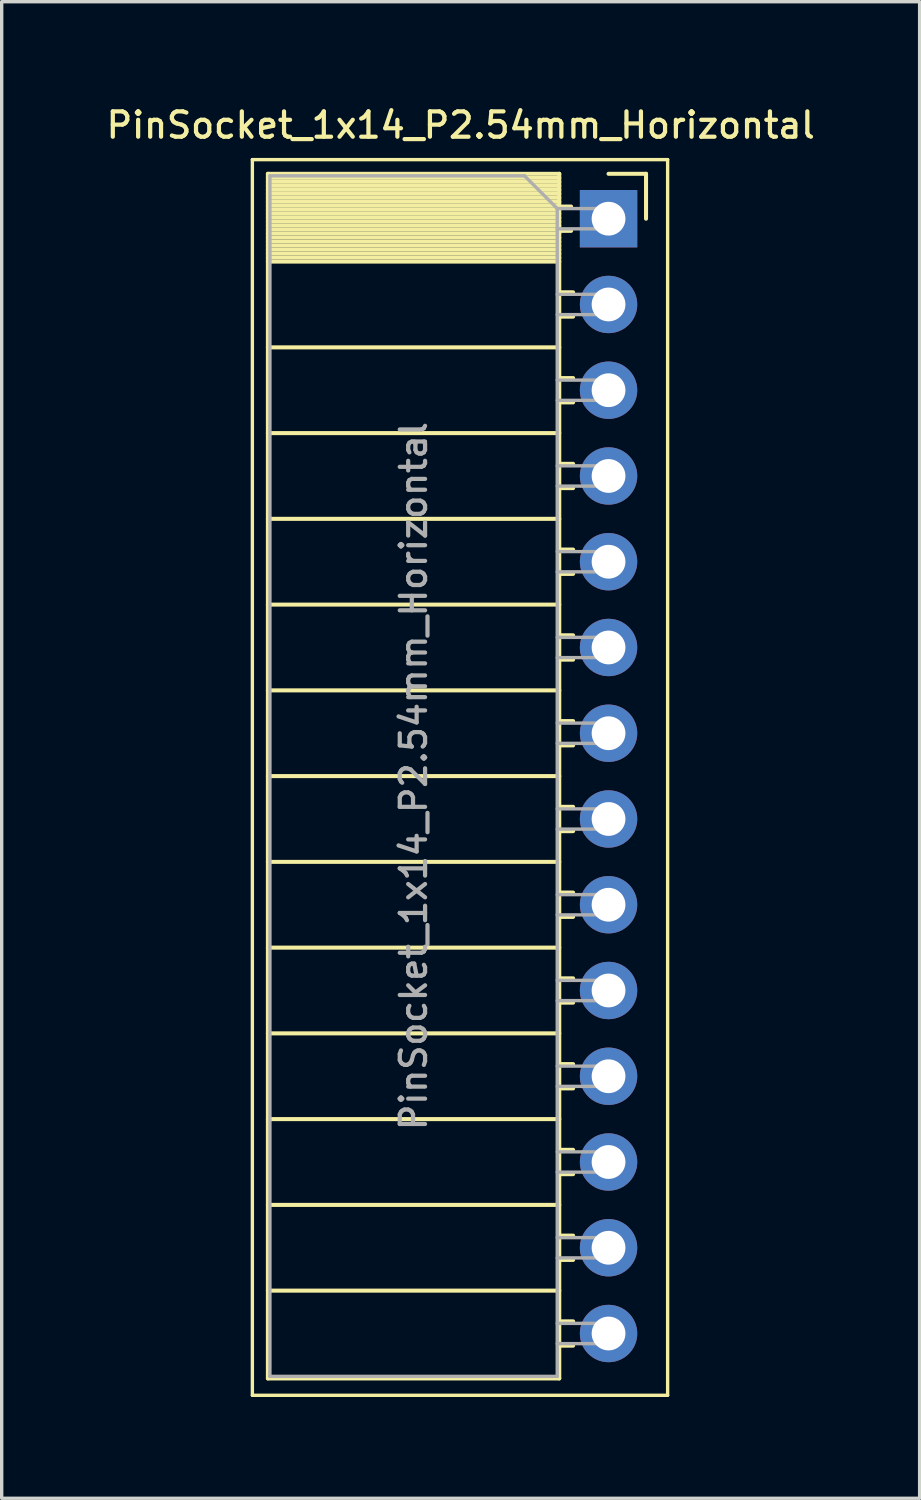
<source format=kicad_pcb>
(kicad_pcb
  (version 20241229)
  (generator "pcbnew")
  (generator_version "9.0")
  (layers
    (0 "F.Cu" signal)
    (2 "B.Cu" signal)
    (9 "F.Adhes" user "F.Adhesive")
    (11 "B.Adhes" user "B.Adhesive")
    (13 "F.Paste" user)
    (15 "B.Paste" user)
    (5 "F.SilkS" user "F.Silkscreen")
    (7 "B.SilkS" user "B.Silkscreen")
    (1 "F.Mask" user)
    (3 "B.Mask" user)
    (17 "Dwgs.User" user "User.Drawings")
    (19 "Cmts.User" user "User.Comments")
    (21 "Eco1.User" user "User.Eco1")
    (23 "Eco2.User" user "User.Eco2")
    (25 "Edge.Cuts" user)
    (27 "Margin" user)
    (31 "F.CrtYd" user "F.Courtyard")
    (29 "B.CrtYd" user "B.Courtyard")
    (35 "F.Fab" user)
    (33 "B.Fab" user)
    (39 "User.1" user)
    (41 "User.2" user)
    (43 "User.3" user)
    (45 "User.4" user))
  (footprint "PinSocket_1x14_P2.54mm_Horizontal"
    (layer "F.Cu")
    (at 14.975 3.428)
    (property "Reference" "PinSocket_1x14_P2.54mm_Horizontal" (at -4.38 -2.77 0) (layer "F.SilkS") (effects (font (size 0.75 0.75) (thickness 0.125))))
    (attr through_hole)
    (fp_line (start -10.55 -1.75) (end -10.55 34.85) (stroke (width 0.1) (type solid)) (layer "F.SilkS"))
    (fp_line (start -10.55 34.85) (end 1.75 34.85) (stroke (width 0.1) (type solid)) (layer "F.SilkS"))
    (fp_line (start -10.09 -1.33) (end -10.09 34.35) (stroke (width 0.12) (type solid)) (layer "F.SilkS"))
    (fp_line (start -10.09 -1.33) (end -1.46 -1.33) (stroke (width 0.12) (type solid)) (layer "F.SilkS"))
    (fp_line (start -10.09 -1.21) (end -1.46 -1.21) (stroke (width 0.12) (type solid)) (layer "F.SilkS"))
    (fp_line (start -10.09 -1.092) (end -1.46 -1.092) (stroke (width 0.12) (type solid)) (layer "F.SilkS"))
    (fp_line (start -10.09 -0.974) (end -1.46 -0.974) (stroke (width 0.12) (type solid)) (layer "F.SilkS"))
    (fp_line (start -10.09 -0.856) (end -1.46 -0.856) (stroke (width 0.12) (type solid)) (layer "F.SilkS"))
    (fp_line (start -10.09 -0.738) (end -1.46 -0.738) (stroke (width 0.12) (type solid)) (layer "F.SilkS"))
    (fp_line (start -10.09 -0.62) (end -1.46 -0.62) (stroke (width 0.12) (type solid)) (layer "F.SilkS"))
    (fp_line (start -10.09 -0.501) (end -1.46 -0.501) (stroke (width 0.12) (type solid)) (layer "F.SilkS"))
    (fp_line (start -10.09 -0.383) (end -1.46 -0.383) (stroke (width 0.12) (type solid)) (layer "F.SilkS"))
    (fp_line (start -10.09 -0.265) (end -1.46 -0.265) (stroke (width 0.12) (type solid)) (layer "F.SilkS"))
    (fp_line (start -10.09 -0.147) (end -1.46 -0.147) (stroke (width 0.12) (type solid)) (layer "F.SilkS"))
    (fp_line (start -10.09 -0.029) (end -1.46 -0.029) (stroke (width 0.12) (type solid)) (layer "F.SilkS"))
    (fp_line (start -10.09 0.089) (end -1.46 0.089) (stroke (width 0.12) (type solid)) (layer "F.SilkS"))
    (fp_line (start -10.09 0.207) (end -1.46 0.207) (stroke (width 0.12) (type solid)) (layer "F.SilkS"))
    (fp_line (start -10.09 0.325) (end -1.46 0.325) (stroke (width 0.12) (type solid)) (layer "F.SilkS"))
    (fp_line (start -10.09 0.443) (end -1.46 0.443) (stroke (width 0.12) (type solid)) (layer "F.SilkS"))
    (fp_line (start -10.09 0.561) (end -1.46 0.561) (stroke (width 0.12) (type solid)) (layer "F.SilkS"))
    (fp_line (start -10.09 0.68) (end -1.46 0.68) (stroke (width 0.12) (type solid)) (layer "F.SilkS"))
    (fp_line (start -10.09 0.798) (end -1.46 0.798) (stroke (width 0.12) (type solid)) (layer "F.SilkS"))
    (fp_line (start -10.09 0.916) (end -1.46 0.916) (stroke (width 0.12) (type solid)) (layer "F.SilkS"))
    (fp_line (start -10.09 1.034) (end -1.46 1.034) (stroke (width 0.12) (type solid)) (layer "F.SilkS"))
    (fp_line (start -10.09 1.152) (end -1.46 1.152) (stroke (width 0.12) (type solid)) (layer "F.SilkS"))
    (fp_line (start -10.09 1.27) (end -1.46 1.27) (stroke (width 0.12) (type solid)) (layer "F.SilkS"))
    (fp_line (start -10.09 3.81) (end -1.46 3.81) (stroke (width 0.12) (type solid)) (layer "F.SilkS"))
    (fp_line (start -10.09 6.35) (end -1.46 6.35) (stroke (width 0.12) (type solid)) (layer "F.SilkS"))
    (fp_line (start -10.09 8.89) (end -1.46 8.89) (stroke (width 0.12) (type solid)) (layer "F.SilkS"))
    (fp_line (start -10.09 11.43) (end -1.46 11.43) (stroke (width 0.12) (type solid)) (layer "F.SilkS"))
    (fp_line (start -10.09 13.97) (end -1.46 13.97) (stroke (width 0.12) (type solid)) (layer "F.SilkS"))
    (fp_line (start -10.09 16.51) (end -1.46 16.51) (stroke (width 0.12) (type solid)) (layer "F.SilkS"))
    (fp_line (start -10.09 19.05) (end -1.46 19.05) (stroke (width 0.12) (type solid)) (layer "F.SilkS"))
    (fp_line (start -10.09 21.59) (end -1.46 21.59) (stroke (width 0.12) (type solid)) (layer "F.SilkS"))
    (fp_line (start -10.09 24.13) (end -1.46 24.13) (stroke (width 0.12) (type solid)) (layer "F.SilkS"))
    (fp_line (start -10.09 26.67) (end -1.46 26.67) (stroke (width 0.12) (type solid)) (layer "F.SilkS"))
    (fp_line (start -10.09 29.21) (end -1.46 29.21) (stroke (width 0.12) (type solid)) (layer "F.SilkS"))
    (fp_line (start -10.09 31.75) (end -1.46 31.75) (stroke (width 0.12) (type solid)) (layer "F.SilkS"))
    (fp_line (start -10.09 34.35) (end -1.46 34.35) (stroke (width 0.12) (type solid)) (layer "F.SilkS"))
    (fp_line (start -1.46 -1.33) (end -1.46 34.35) (stroke (width 0.12) (type solid)) (layer "F.SilkS"))
    (fp_line (start -1.46 -0.36) (end -1.11 -0.36) (stroke (width 0.12) (type solid)) (layer "F.SilkS"))
    (fp_line (start -1.46 0.36) (end -1.11 0.36) (stroke (width 0.12) (type solid)) (layer "F.SilkS"))
    (fp_line (start -1.46 2.18) (end -1.05 2.18) (stroke (width 0.12) (type solid)) (layer "F.SilkS"))
    (fp_line (start -1.46 2.9) (end -1.05 2.9) (stroke (width 0.12) (type solid)) (layer "F.SilkS"))
    (fp_line (start -1.46 4.72) (end -1.05 4.72) (stroke (width 0.12) (type solid)) (layer "F.SilkS"))
    (fp_line (start -1.46 5.44) (end -1.05 5.44) (stroke (width 0.12) (type solid)) (layer "F.SilkS"))
    (fp_line (start -1.46 7.26) (end -1.05 7.26) (stroke (width 0.12) (type solid)) (layer "F.SilkS"))
    (fp_line (start -1.46 7.98) (end -1.05 7.98) (stroke (width 0.12) (type solid)) (layer "F.SilkS"))
    (fp_line (start -1.46 9.8) (end -1.05 9.8) (stroke (width 0.12) (type solid)) (layer "F.SilkS"))
    (fp_line (start -1.46 10.52) (end -1.05 10.52) (stroke (width 0.12) (type solid)) (layer "F.SilkS"))
    (fp_line (start -1.46 12.34) (end -1.05 12.34) (stroke (width 0.12) (type solid)) (layer "F.SilkS"))
    (fp_line (start -1.46 13.06) (end -1.05 13.06) (stroke (width 0.12) (type solid)) (layer "F.SilkS"))
    (fp_line (start -1.46 14.88) (end -1.05 14.88) (stroke (width 0.12) (type solid)) (layer "F.SilkS"))
    (fp_line (start -1.46 15.6) (end -1.05 15.6) (stroke (width 0.12) (type solid)) (layer "F.SilkS"))
    (fp_line (start -1.46 17.42) (end -1.05 17.42) (stroke (width 0.12) (type solid)) (layer "F.SilkS"))
    (fp_line (start -1.46 18.14) (end -1.05 18.14) (stroke (width 0.12) (type solid)) (layer "F.SilkS"))
    (fp_line (start -1.46 19.96) (end -1.05 19.96) (stroke (width 0.12) (type solid)) (layer "F.SilkS"))
    (fp_line (start -1.46 20.68) (end -1.05 20.68) (stroke (width 0.12) (type solid)) (layer "F.SilkS"))
    (fp_line (start -1.46 22.5) (end -1.05 22.5) (stroke (width 0.12) (type solid)) (layer "F.SilkS"))
    (fp_line (start -1.46 23.22) (end -1.05 23.22) (stroke (width 0.12) (type solid)) (layer "F.SilkS"))
    (fp_line (start -1.46 25.04) (end -1.05 25.04) (stroke (width 0.12) (type solid)) (layer "F.SilkS"))
    (fp_line (start -1.46 25.76) (end -1.05 25.76) (stroke (width 0.12) (type solid)) (layer "F.SilkS"))
    (fp_line (start -1.46 27.58) (end -1.05 27.58) (stroke (width 0.12) (type solid)) (layer "F.SilkS"))
    (fp_line (start -1.46 28.3) (end -1.05 28.3) (stroke (width 0.12) (type solid)) (layer "F.SilkS"))
    (fp_line (start -1.46 30.12) (end -1.05 30.12) (stroke (width 0.12) (type solid)) (layer "F.SilkS"))
    (fp_line (start -1.46 30.84) (end -1.05 30.84) (stroke (width 0.12) (type solid)) (layer "F.SilkS"))
    (fp_line (start -1.46 32.66) (end -1.05 32.66) (stroke (width 0.12) (type solid)) (layer "F.SilkS"))
    (fp_line (start -1.46 33.38) (end -1.05 33.38) (stroke (width 0.12) (type solid)) (layer "F.SilkS"))
    (fp_line (start 0 -1.33) (end 1.11 -1.33) (stroke (width 0.12) (type solid)) (layer "F.SilkS"))
    (fp_line (start 1.11 -1.33) (end 1.11 0) (stroke (width 0.12) (type solid)) (layer "F.SilkS"))
    (fp_line (start 1.75 -1.75) (end -10.55 -1.75) (stroke (width 0.1) (type solid)) (layer "F.SilkS"))
    (fp_line (start 1.75 34.85) (end 1.75 -1.75) (stroke (width 0.1) (type solid)) (layer "F.SilkS"))
    (fp_line (start -10.03 -1.27) (end -2.49 -1.27) (stroke (width 0.1) (type solid)) (layer "F.Fab"))
    (fp_line (start -10.03 34.29) (end -10.03 -1.27) (stroke (width 0.1) (type solid)) (layer "F.Fab"))
    (fp_line (start -2.49 -1.27) (end -1.52 -0.3) (stroke (width 0.1) (type solid)) (layer "F.Fab"))
    (fp_line (start -1.52 -0.3) (end -1.52 34.29) (stroke (width 0.1) (type solid)) (layer "F.Fab"))
    (fp_line (start -1.52 0.3) (end 0 0.3) (stroke (width 0.1) (type solid)) (layer "F.Fab"))
    (fp_line (start -1.52 2.84) (end 0 2.84) (stroke (width 0.1) (type solid)) (layer "F.Fab"))
    (fp_line (start -1.52 5.38) (end 0 5.38) (stroke (width 0.1) (type solid)) (layer "F.Fab"))
    (fp_line (start -1.52 7.92) (end 0 7.92) (stroke (width 0.1) (type solid)) (layer "F.Fab"))
    (fp_line (start -1.52 10.46) (end 0 10.46) (stroke (width 0.1) (type solid)) (layer "F.Fab"))
    (fp_line (start -1.52 13) (end 0 13) (stroke (width 0.1) (type solid)) (layer "F.Fab"))
    (fp_line (start -1.52 15.54) (end 0 15.54) (stroke (width 0.1) (type solid)) (layer "F.Fab"))
    (fp_line (start -1.52 18.08) (end 0 18.08) (stroke (width 0.1) (type solid)) (layer "F.Fab"))
    (fp_line (start -1.52 20.62) (end 0 20.62) (stroke (width 0.1) (type solid)) (layer "F.Fab"))
    (fp_line (start -1.52 23.16) (end 0 23.16) (stroke (width 0.1) (type solid)) (layer "F.Fab"))
    (fp_line (start -1.52 25.7) (end 0 25.7) (stroke (width 0.1) (type solid)) (layer "F.Fab"))
    (fp_line (start -1.52 28.24) (end 0 28.24) (stroke (width 0.1) (type solid)) (layer "F.Fab"))
    (fp_line (start -1.52 30.78) (end 0 30.78) (stroke (width 0.1) (type solid)) (layer "F.Fab"))
    (fp_line (start -1.52 33.32) (end 0 33.32) (stroke (width 0.1) (type solid)) (layer "F.Fab"))
    (fp_line (start -1.52 34.29) (end -10.03 34.29) (stroke (width 0.1) (type solid)) (layer "F.Fab"))
    (fp_line (start 0 -0.3) (end -1.52 -0.3) (stroke (width 0.1) (type solid)) (layer "F.Fab"))
    (fp_line (start 0 0.3) (end 0 -0.3) (stroke (width 0.1) (type solid)) (layer "F.Fab"))
    (fp_line (start 0 2.24) (end -1.52 2.24) (stroke (width 0.1) (type solid)) (layer "F.Fab"))
    (fp_line (start 0 2.84) (end 0 2.24) (stroke (width 0.1) (type solid)) (layer "F.Fab"))
    (fp_line (start 0 4.78) (end -1.52 4.78) (stroke (width 0.1) (type solid)) (layer "F.Fab"))
    (fp_line (start 0 5.38) (end 0 4.78) (stroke (width 0.1) (type solid)) (layer "F.Fab"))
    (fp_line (start 0 7.32) (end -1.52 7.32) (stroke (width 0.1) (type solid)) (layer "F.Fab"))
    (fp_line (start 0 7.92) (end 0 7.32) (stroke (width 0.1) (type solid)) (layer "F.Fab"))
    (fp_line (start 0 9.86) (end -1.52 9.86) (stroke (width 0.1) (type solid)) (layer "F.Fab"))
    (fp_line (start 0 10.46) (end 0 9.86) (stroke (width 0.1) (type solid)) (layer "F.Fab"))
    (fp_line (start 0 12.4) (end -1.52 12.4) (stroke (width 0.1) (type solid)) (layer "F.Fab"))
    (fp_line (start 0 13) (end 0 12.4) (stroke (width 0.1) (type solid)) (layer "F.Fab"))
    (fp_line (start 0 14.94) (end -1.52 14.94) (stroke (width 0.1) (type solid)) (layer "F.Fab"))
    (fp_line (start 0 15.54) (end 0 14.94) (stroke (width 0.1) (type solid)) (layer "F.Fab"))
    (fp_line (start 0 17.48) (end -1.52 17.48) (stroke (width 0.1) (type solid)) (layer "F.Fab"))
    (fp_line (start 0 18.08) (end 0 17.48) (stroke (width 0.1) (type solid)) (layer "F.Fab"))
    (fp_line (start 0 20.02) (end -1.52 20.02) (stroke (width 0.1) (type solid)) (layer "F.Fab"))
    (fp_line (start 0 20.62) (end 0 20.02) (stroke (width 0.1) (type solid)) (layer "F.Fab"))
    (fp_line (start 0 22.56) (end -1.52 22.56) (stroke (width 0.1) (type solid)) (layer "F.Fab"))
    (fp_line (start 0 23.16) (end 0 22.56) (stroke (width 0.1) (type solid)) (layer "F.Fab"))
    (fp_line (start 0 25.1) (end -1.52 25.1) (stroke (width 0.1) (type solid)) (layer "F.Fab"))
    (fp_line (start 0 25.7) (end 0 25.1) (stroke (width 0.1) (type solid)) (layer "F.Fab"))
    (fp_line (start 0 27.64) (end -1.52 27.64) (stroke (width 0.1) (type solid)) (layer "F.Fab"))
    (fp_line (start 0 28.24) (end 0 27.64) (stroke (width 0.1) (type solid)) (layer "F.Fab"))
    (fp_line (start 0 30.18) (end -1.52 30.18) (stroke (width 0.1) (type solid)) (layer "F.Fab"))
    (fp_line (start 0 30.78) (end 0 30.18) (stroke (width 0.1) (type solid)) (layer "F.Fab"))
    (fp_line (start 0 32.72) (end -1.52 32.72) (stroke (width 0.1) (type solid)) (layer "F.Fab"))
    (fp_line (start 0 33.32) (end 0 32.72) (stroke (width 0.1) (type solid)) (layer "F.Fab"))
    (fp_text user "${REFERENCE}" (at -5.775 16.51 90) (layer "F.Fab") (effects (font (size 0.75 0.75) (thickness 0.125))))
    (pad "1" thru_hole rect (at 0 0) (size 1.7 1.7) (drill 1) (layers "*.Cu" "*.Mask"))
    (pad "2" thru_hole oval (at 0 2.54) (size 1.7 1.7) (drill 1) (layers "*.Cu" "*.Mask"))
    (pad "3" thru_hole oval (at 0 5.08) (size 1.7 1.7) (drill 1) (layers "*.Cu" "*.Mask"))
    (pad "4" thru_hole oval (at 0 7.62) (size 1.7 1.7) (drill 1) (layers "*.Cu" "*.Mask"))
    (pad "5" thru_hole oval (at 0 10.16) (size 1.7 1.7) (drill 1) (layers "*.Cu" "*.Mask"))
    (pad "6" thru_hole oval (at 0 12.7) (size 1.7 1.7) (drill 1) (layers "*.Cu" "*.Mask"))
    (pad "7" thru_hole oval (at 0 15.24) (size 1.7 1.7) (drill 1) (layers "*.Cu" "*.Mask"))
    (pad "8" thru_hole oval (at 0 17.78) (size 1.7 1.7) (drill 1) (layers "*.Cu" "*.Mask"))
    (pad "9" thru_hole oval (at 0 20.32) (size 1.7 1.7) (drill 1) (layers "*.Cu" "*.Mask"))
    (pad "10" thru_hole oval (at 0 22.86) (size 1.7 1.7) (drill 1) (layers "*.Cu" "*.Mask"))
    (pad "11" thru_hole oval (at 0 25.4) (size 1.7 1.7) (drill 1) (layers "*.Cu" "*.Mask"))
    (pad "12" thru_hole oval (at 0 27.94) (size 1.7 1.7) (drill 1) (layers "*.Cu" "*.Mask"))
    (pad "13" thru_hole oval (at 0 30.48) (size 1.7 1.7) (drill 1) (layers "*.Cu" "*.Mask"))
    (pad "14" thru_hole oval (at 0 33.02) (size 1.7 1.7) (drill 1) (layers "*.Cu" "*.Mask")))
  (gr_rect
    (start -3 -3)
    (end 24.189 41.328)
    (stroke (width 0.1) (type default))
    (fill no)
    (layer "Edge.Cuts")))
</source>
